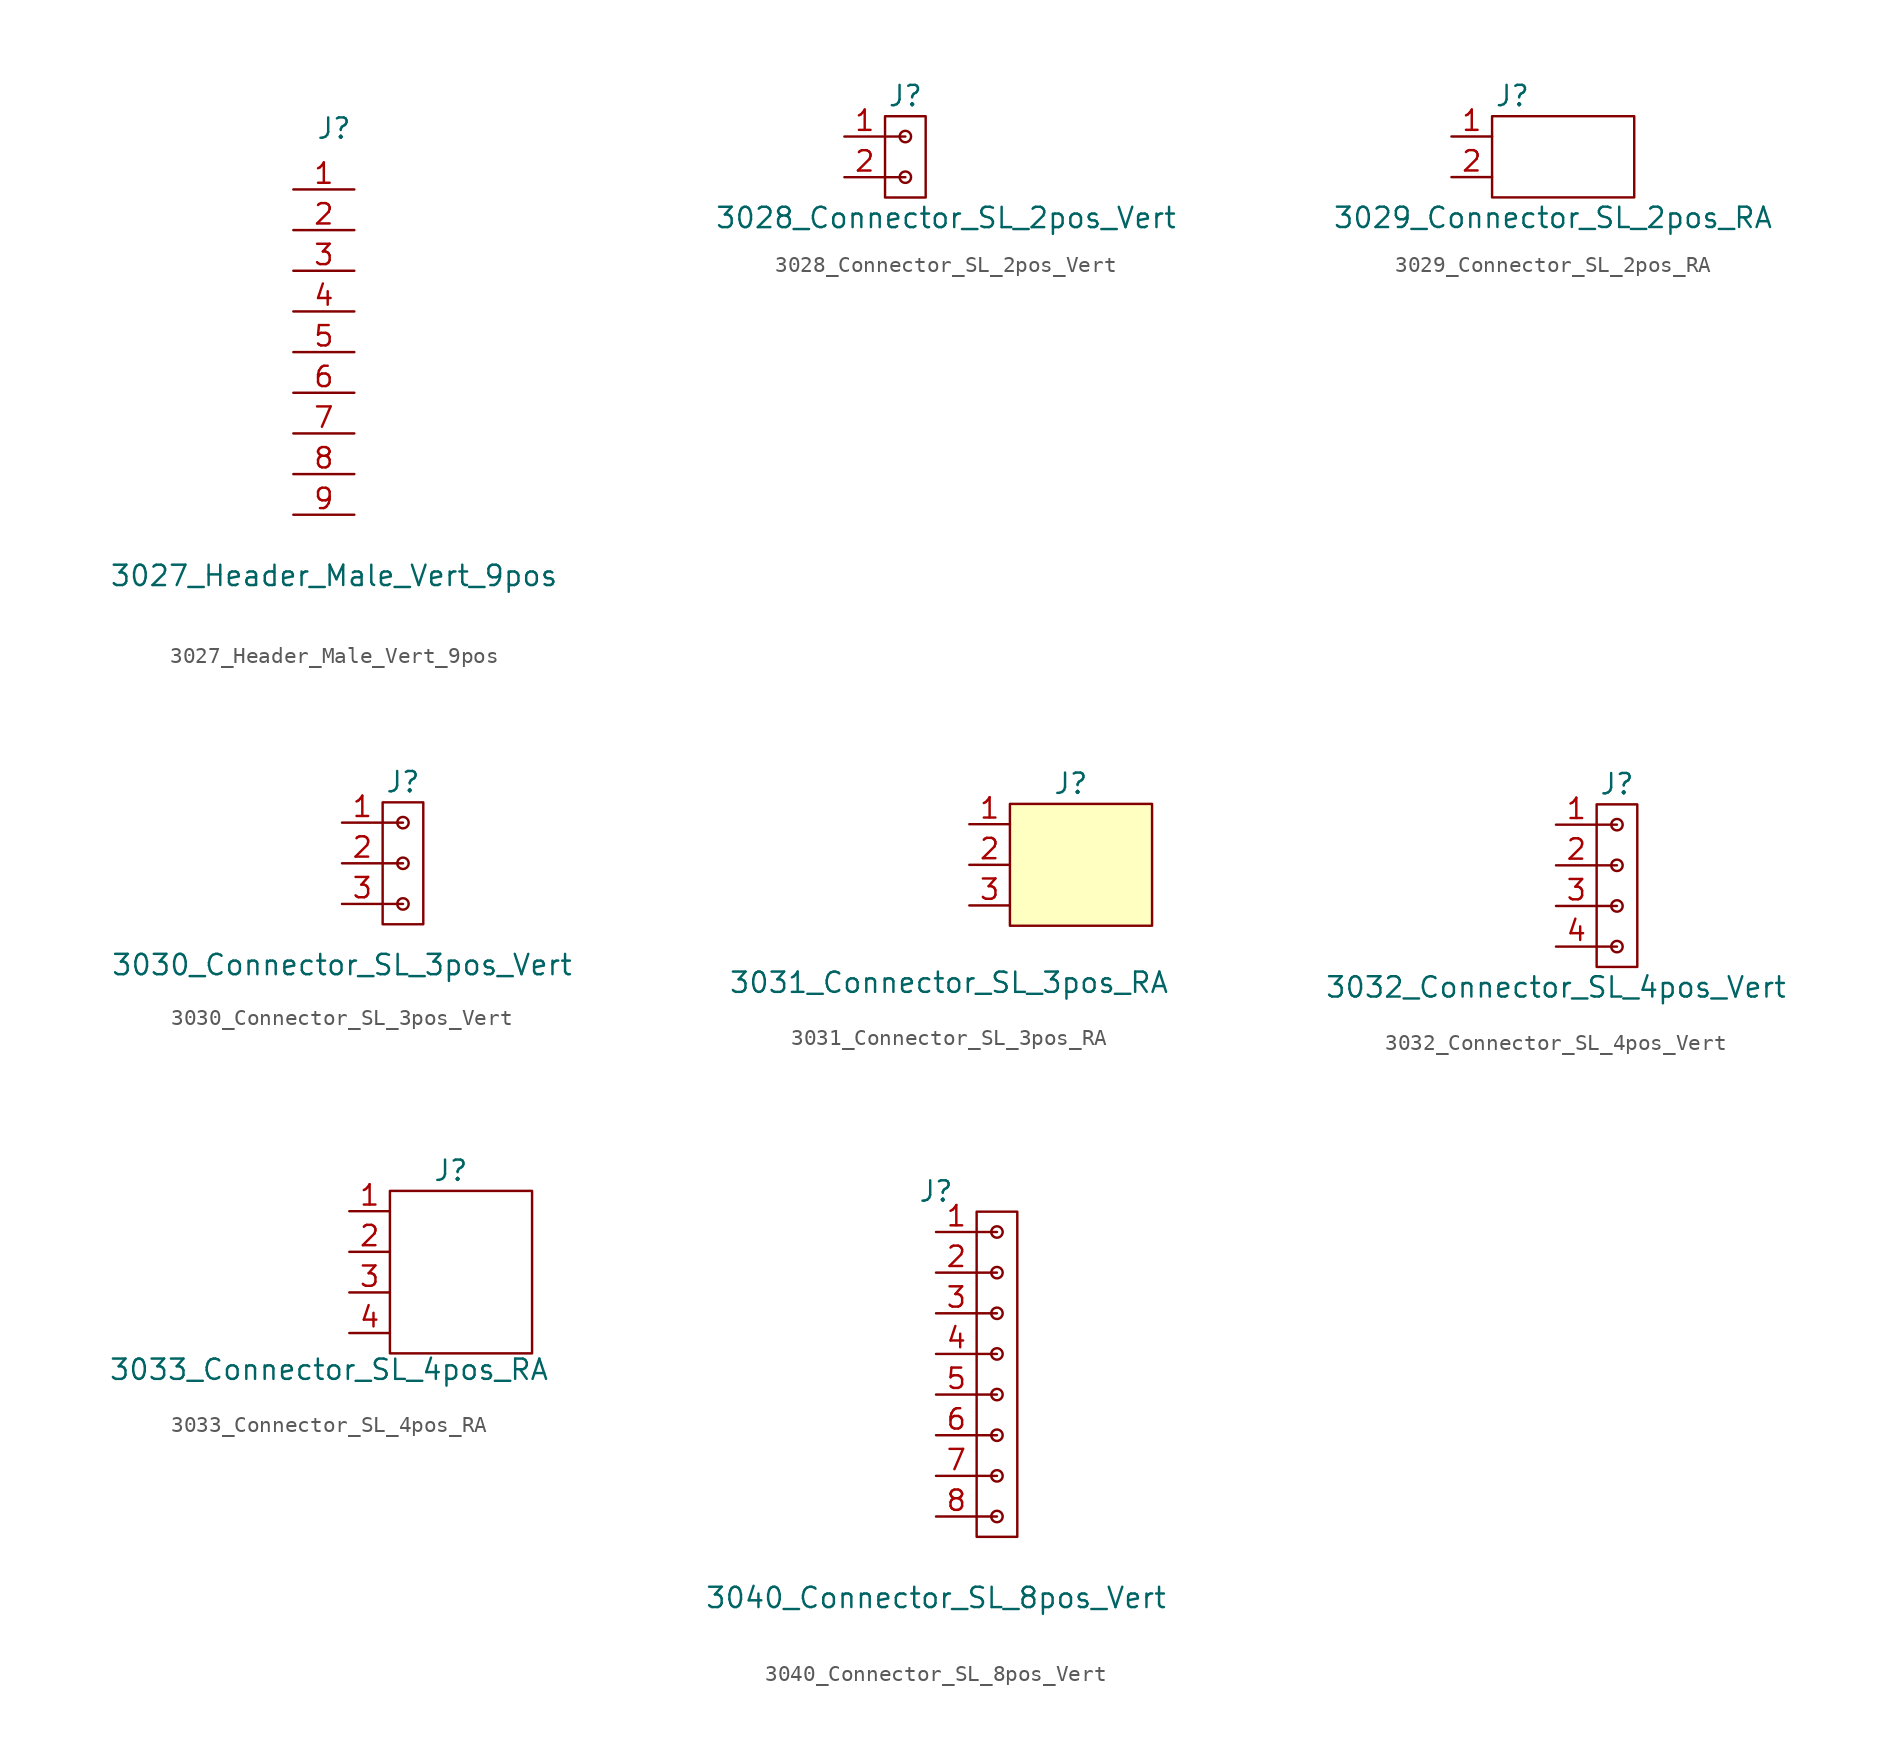
<source format=kicad_sym>
(kicad_symbol_lib
  (version 20211014)
  (generator kicad_symbol_editor)
  (symbol "3027_Header_Male_Vert_9pos"
    (property "Reference" "J"
      (at 0 13.97 0)
      (effects (font (size 1.27 1.27))))
    (property "Value" "3027_Header_Male_Vert_9pos"
      (at 0 -13.97 0)
      (effects (font (size 1.27 1.27))))
    (symbol "3027_Header_Male_Vert_9pos_1_1"
      (pin passive line (at 1.27 10.16 180) (length 3.81) (name "~" (effects (font (size 1.27 1.27)))) (number "1" (effects (font (size 1.27 1.27)))))
      (pin passive line (at 1.27 7.62 180) (length 3.81) (name "~" (effects (font (size 1.27 1.27)))) (number "2" (effects (font (size 1.27 1.27)))))
      (pin passive line (at 1.27 5.08 180) (length 3.81) (name "~" (effects (font (size 1.27 1.27)))) (number "3" (effects (font (size 1.27 1.27)))))
      (pin passive line (at 1.27 2.54 180) (length 3.81) (name "~" (effects (font (size 1.27 1.27)))) (number "4" (effects (font (size 1.27 1.27)))))
      (pin passive line (at 1.27 0 180) (length 3.81) (name "~" (effects (font (size 1.27 1.27)))) (number "5" (effects (font (size 1.27 1.27)))))
      (pin passive line (at 1.27 -2.54 180) (length 3.81) (name "~" (effects (font (size 1.27 1.27)))) (number "6" (effects (font (size 1.27 1.27)))))
      (pin passive line (at 1.27 -5.08 180) (length 3.81) (name "~" (effects (font (size 1.27 1.27)))) (number "7" (effects (font (size 1.27 1.27)))))
      (pin passive line (at 1.27 -7.62 180) (length 3.81) (name "~" (effects (font (size 1.27 1.27)))) (number "8" (effects (font (size 1.27 1.27)))))
      (pin passive line (at 1.27 -10.16 180) (length 3.81) (name "~" (effects (font (size 1.27 1.27)))) (number "9" (effects (font (size 1.27 1.27)))))))
  (symbol "3028_Connector_SL_2pos_Vert"
    (pin_names
      (offset 1.016))
    (property "Reference" "J"
      (at 3.81 3.81 0)
      (effects (font (size 1.27 1.27))))
    (property "Value" "3028_Connector_SL_2pos_Vert"
      (at 6.35 -3.81 0)
      (effects (font (size 1.27 1.27))))
    (symbol "3028_Connector_SL_2pos_Vert_0_1"
      (rectangle (start 2.54 -1.27) (end 3.81 -1.27) (stroke (width 0) (type default) (color 0 0 0 0)) (fill (type none)))
      (rectangle (start 2.54 1.27) (end 3.81 1.27) (stroke (width 0) (type default) (color 0 0 0 0)) (fill (type none)))
      (rectangle (start 2.54 2.54) (end 5.08 -2.54) (stroke (width 0) (type default) (color 0 0 0 0)) (fill (type none)))
      (circle (center 3.81 -1.27) (radius 0.356) (stroke (width 0) (type default) (color 0 0 0 0)) (fill (type none)))
      (circle (center 3.81 1.27) (radius 0.356) (stroke (width 0) (type default) (color 0 0 0 0)) (fill (type none))))
    (symbol "3028_Connector_SL_2pos_Vert_1_1"
      (pin input line (at 0 1.27 0) (length 2.54) (name "~" (effects (font (size 1.27 1.27)))) (number "1" (effects (font (size 1.27 1.27)))))
      (pin input line (at 0 -1.27 0) (length 2.54) (name "~" (effects (font (size 1.27 1.27)))) (number "2" (effects (font (size 1.27 1.27)))))))
  (symbol "3029_Connector_SL_2pos_RA"
    (pin_names
      (offset 1.016))
    (property "Reference" "J"
      (at 3.81 3.81 0)
      (effects (font (size 1.27 1.27))))
    (property "Value" "3029_Connector_SL_2pos_RA"
      (at 6.35 -3.81 0)
      (effects (font (size 1.27 1.27))))
    (symbol "3029_Connector_SL_2pos_RA_0_1"
      (rectangle (start 2.54 2.54) (end 11.43 -2.54) (stroke (width 0) (type default) (color 0 0 0 0)) (fill (type none))))
    (symbol "3029_Connector_SL_2pos_RA_1_1"
      (pin input line (at 0 1.27 0) (length 2.54) (name "~" (effects (font (size 1.27 1.27)))) (number "1" (effects (font (size 1.27 1.27)))))
      (pin input line (at 0 -1.27 0) (length 2.54) (name "~" (effects (font (size 1.27 1.27)))) (number "2" (effects (font (size 1.27 1.27)))))))
  (symbol "3030_Connector_SL_3pos_Vert"
    (pin_names
      (offset 1.016))
    (property "Reference" "J"
      (at 3.81 5.08 0)
      (effects (font (size 1.27 1.27))))
    (property "Value" "3030_Connector_SL_3pos_Vert"
      (at 0 -6.35 0)
      (effects (font (size 1.27 1.27))))
    (symbol "3030_Connector_SL_3pos_Vert_0_1"
      (polyline (pts (xy 2.54 -2.54) (xy 3.81 -2.54)) (stroke (width 0) (type default) (color 0 0 0 0)) (fill (type none)))
      (polyline (pts (xy 2.54 0) (xy 3.81 0)) (stroke (width 0) (type default) (color 0 0 0 0)) (fill (type none)))
      (polyline (pts (xy 2.54 2.54) (xy 3.81 2.54)) (stroke (width 0) (type default) (color 0 0 0 0)) (fill (type none)))
      (rectangle (start 2.54 3.81) (end 5.08 -3.81) (stroke (width 0) (type default) (color 0 0 0 0)) (fill (type none)))
      (circle (center 3.81 -2.54) (radius 0.356) (stroke (width 0) (type default) (color 0 0 0 0)) (fill (type none)))
      (circle (center 3.81 0) (radius 0.356) (stroke (width 0) (type default) (color 0 0 0 0)) (fill (type none)))
      (circle (center 3.81 2.54) (radius 0.356) (stroke (width 0) (type default) (color 0 0 0 0)) (fill (type none))))
    (symbol "3030_Connector_SL_3pos_Vert_1_1"
      (pin input line (at 0 2.54 0) (length 2.54) (name "~" (effects (font (size 1.27 1.27)))) (number "1" (effects (font (size 1.27 1.27)))))
      (pin input line (at 0 0 0) (length 2.54) (name "~" (effects (font (size 1.27 1.27)))) (number "2" (effects (font (size 1.27 1.27)))))
      (pin input line (at 0 -2.54 0) (length 2.54) (name "~" (effects (font (size 1.27 1.27)))) (number "3" (effects (font (size 1.27 1.27)))))))
  (symbol "3031_Connector_SL_3pos_RA"
    (pin_names
      (offset 1.016))
    (property "Reference" "J"
      (at 6.35 5.08 0)
      (effects (font (size 1.27 1.27))))
    (property "Value" "3031_Connector_SL_3pos_RA"
      (at -1.27 -7.366 0)
      (effects (font (size 1.27 1.27))))
    (symbol "3031_Connector_SL_3pos_RA_0_1"
      (rectangle (start 2.54 3.81) (end 11.43 -3.81) (stroke (width 0) (type default) (color 0 0 0 0)) (fill (type background))))
    (symbol "3031_Connector_SL_3pos_RA_1_1"
      (pin input line (at 0 2.54 0) (length 2.54) (name "~" (effects (font (size 1.27 1.27)))) (number "1" (effects (font (size 1.27 1.27)))))
      (pin input line (at 0 0 0) (length 2.54) (name "~" (effects (font (size 1.27 1.27)))) (number "2" (effects (font (size 1.27 1.27)))))
      (pin input line (at 0 -2.54 0) (length 2.54) (name "~" (effects (font (size 1.27 1.27)))) (number "3" (effects (font (size 1.27 1.27)))))))
  (symbol "3032_Connector_SL_4pos_Vert"
    (pin_names
      (offset 1.016))
    (property "Reference" "J"
      (at 3.81 5.08 0)
      (effects (font (size 1.27 1.27))))
    (property "Value" "3032_Connector_SL_4pos_Vert"
      (at 0 -7.62 0)
      (effects (font (size 1.27 1.27))))
    (symbol "3032_Connector_SL_4pos_Vert_0_1"
      (polyline (pts (xy 2.54 -2.54) (xy 3.81 -2.54)) (stroke (width 0) (type default) (color 0 0 0 0)) (fill (type none)))
      (polyline (pts (xy 2.54 0) (xy 3.81 0)) (stroke (width 0) (type default) (color 0 0 0 0)) (fill (type none)))
      (polyline (pts (xy 2.54 2.54) (xy 3.81 2.54)) (stroke (width 0) (type default) (color 0 0 0 0)) (fill (type none)))
      (rectangle (start 2.54 3.81) (end 5.08 -6.35) (stroke (width 0) (type default) (color 0 0 0 0)) (fill (type none)))
      (circle (center 3.81 -2.54) (radius 0.356) (stroke (width 0) (type default) (color 0 0 0 0)) (fill (type none)))
      (circle (center 3.81 0) (radius 0.356) (stroke (width 0) (type default) (color 0 0 0 0)) (fill (type none)))
      (circle (center 3.81 2.54) (radius 0.356) (stroke (width 0) (type default) (color 0 0 0 0)) (fill (type none))))
    (symbol "3032_Connector_SL_4pos_Vert_1_1"
      (polyline (pts (xy 2.54 -5.08) (xy 3.81 -5.08)) (stroke (width 0) (type default) (color 0 0 0 0)) (fill (type none)))
      (circle (center 3.81 -5.08) (radius 0.356) (stroke (width 0) (type default) (color 0 0 0 0)) (fill (type none)))
      (pin input line (at 0 2.54 0) (length 2.54) (name "~" (effects (font (size 1.27 1.27)))) (number "1" (effects (font (size 1.27 1.27)))))
      (pin input line (at 0 0 0) (length 2.54) (name "~" (effects (font (size 1.27 1.27)))) (number "2" (effects (font (size 1.27 1.27)))))
      (pin input line (at 0 -2.54 0) (length 2.54) (name "~" (effects (font (size 1.27 1.27)))) (number "3" (effects (font (size 1.27 1.27)))))
      (pin input line (at 0 -5.08 0) (length 2.54) (name "~" (effects (font (size 1.27 1.27)))) (number "4" (effects (font (size 1.27 1.27)))))))
  (symbol "3033_Connector_SL_4pos_RA"
    (pin_names
      (offset 1.016))
    (property "Reference" "J"
      (at 6.35 5.08 0)
      (effects (font (size 1.27 1.27))))
    (property "Value" "3033_Connector_SL_4pos_RA"
      (at -1.27 -7.366 0)
      (effects (font (size 1.27 1.27))))
    (symbol "3033_Connector_SL_4pos_RA_0_1"
      (rectangle (start 11.43 3.81) (end 2.54 -6.35) (stroke (width 0) (type default) (color 0 0 0 0)) (fill (type none))))
    (symbol "3033_Connector_SL_4pos_RA_1_1"
      (pin input line (at 0 2.54 0) (length 2.54) (name "~" (effects (font (size 1.27 1.27)))) (number "1" (effects (font (size 1.27 1.27)))))
      (pin input line (at 0 0 0) (length 2.54) (name "~" (effects (font (size 1.27 1.27)))) (number "2" (effects (font (size 1.27 1.27)))))
      (pin input line (at 0 -2.54 0) (length 2.54) (name "~" (effects (font (size 1.27 1.27)))) (number "3" (effects (font (size 1.27 1.27)))))
      (pin input line (at 0 -5.08 0) (length 2.54) (name "~" (effects (font (size 1.27 1.27)))) (number "4" (effects (font (size 1.27 1.27)))))))
  (symbol "3040_Connector_SL_8pos_Vert"
    (pin_names
      (offset 1.016))
    (property "Reference" "J"
      (at 0 11.43 0)
      (effects (font (size 1.27 1.27))))
    (property "Value" "3040_Connector_SL_8pos_Vert"
      (at 0 -13.97 0)
      (effects (font (size 1.27 1.27))))
    (symbol "3040_Connector_SL_8pos_Vert_0_1"
      (polyline (pts (xy 2.54 -6.35) (xy 3.81 -6.35)) (stroke (width 0) (type default) (color 0 0 0 0)) (fill (type none)))
      (polyline (pts (xy 2.54 -1.27) (xy 3.81 -1.27)) (stroke (width 0) (type default) (color 0 0 0 0)) (fill (type none)))
      (polyline (pts (xy 2.54 3.81) (xy 3.81 3.81)) (stroke (width 0) (type default) (color 0 0 0 0)) (fill (type none)))
      (polyline (pts (xy 2.54 8.89) (xy 3.81 8.89)) (stroke (width 0) (type default) (color 0 0 0 0)) (fill (type none)))
      (polyline (pts (xy 3.81 -8.89) (xy 2.54 -8.89)) (stroke (width 0) (type default) (color 0 0 0 0)) (fill (type none)))
      (polyline (pts (xy 3.81 -3.81) (xy 2.54 -3.81)) (stroke (width 0) (type default) (color 0 0 0 0)) (fill (type none)))
      (polyline (pts (xy 3.81 1.27) (xy 2.54 1.27)) (stroke (width 0) (type default) (color 0 0 0 0)) (fill (type none)))
      (polyline (pts (xy 3.81 6.35) (xy 2.54 6.35)) (stroke (width 0) (type default) (color 0 0 0 0)) (fill (type none)))
      (rectangle (start 2.54 10.16) (end 5.08 -10.16) (stroke (width 0) (type default) (color 0 0 0 0)) (fill (type none)))
      (circle (center 3.81 -8.89) (radius 0.356) (stroke (width 0) (type default) (color 0 0 0 0)) (fill (type none)))
      (circle (center 3.81 -6.35) (radius 0.356) (stroke (width 0) (type default) (color 0 0 0 0)) (fill (type none)))
      (circle (center 3.81 -3.81) (radius 0.356) (stroke (width 0) (type default) (color 0 0 0 0)) (fill (type none)))
      (circle (center 3.81 -1.27) (radius 0.356) (stroke (width 0) (type default) (color 0 0 0 0)) (fill (type none)))
      (circle (center 3.81 1.27) (radius 0.356) (stroke (width 0) (type default) (color 0 0 0 0)) (fill (type none)))
      (circle (center 3.81 3.81) (radius 0.356) (stroke (width 0) (type default) (color 0 0 0 0)) (fill (type none)))
      (circle (center 3.81 6.35) (radius 0.356) (stroke (width 0) (type default) (color 0 0 0 0)) (fill (type none)))
      (circle (center 3.81 8.89) (radius 0.356) (stroke (width 0) (type default) (color 0 0 0 0)) (fill (type none))))
    (symbol "3040_Connector_SL_8pos_Vert_1_1"
      (pin input line (at 0 8.89 0) (length 2.54) (name "~" (effects (font (size 1.27 1.27)))) (number "1" (effects (font (size 1.27 1.27)))))
      (pin input line (at 0 6.35 0) (length 2.54) (name "~" (effects (font (size 1.27 1.27)))) (number "2" (effects (font (size 1.27 1.27)))))
      (pin input line (at 0 3.81 0) (length 2.54) (name "~" (effects (font (size 1.27 1.27)))) (number "3" (effects (font (size 1.27 1.27)))))
      (pin input line (at 0 1.27 0) (length 2.54) (name "~" (effects (font (size 1.27 1.27)))) (number "4" (effects (font (size 1.27 1.27)))))
      (pin input line (at 0 -1.27 0) (length 2.54) (name "~" (effects (font (size 1.27 1.27)))) (number "5" (effects (font (size 1.27 1.27)))))
      (pin input line (at 0 -3.81 0) (length 2.54) (name "~" (effects (font (size 1.27 1.27)))) (number "6" (effects (font (size 1.27 1.27)))))
      (pin input line (at 0 -6.35 0) (length 2.54) (name "~" (effects (font (size 1.27 1.27)))) (number "7" (effects (font (size 1.27 1.27)))))
      (pin input line (at 0 -8.89 0) (length 2.54) (name "~" (effects (font (size 1.27 1.27)))) (number "8" (effects (font (size 1.27 1.27))))))))
</source>
